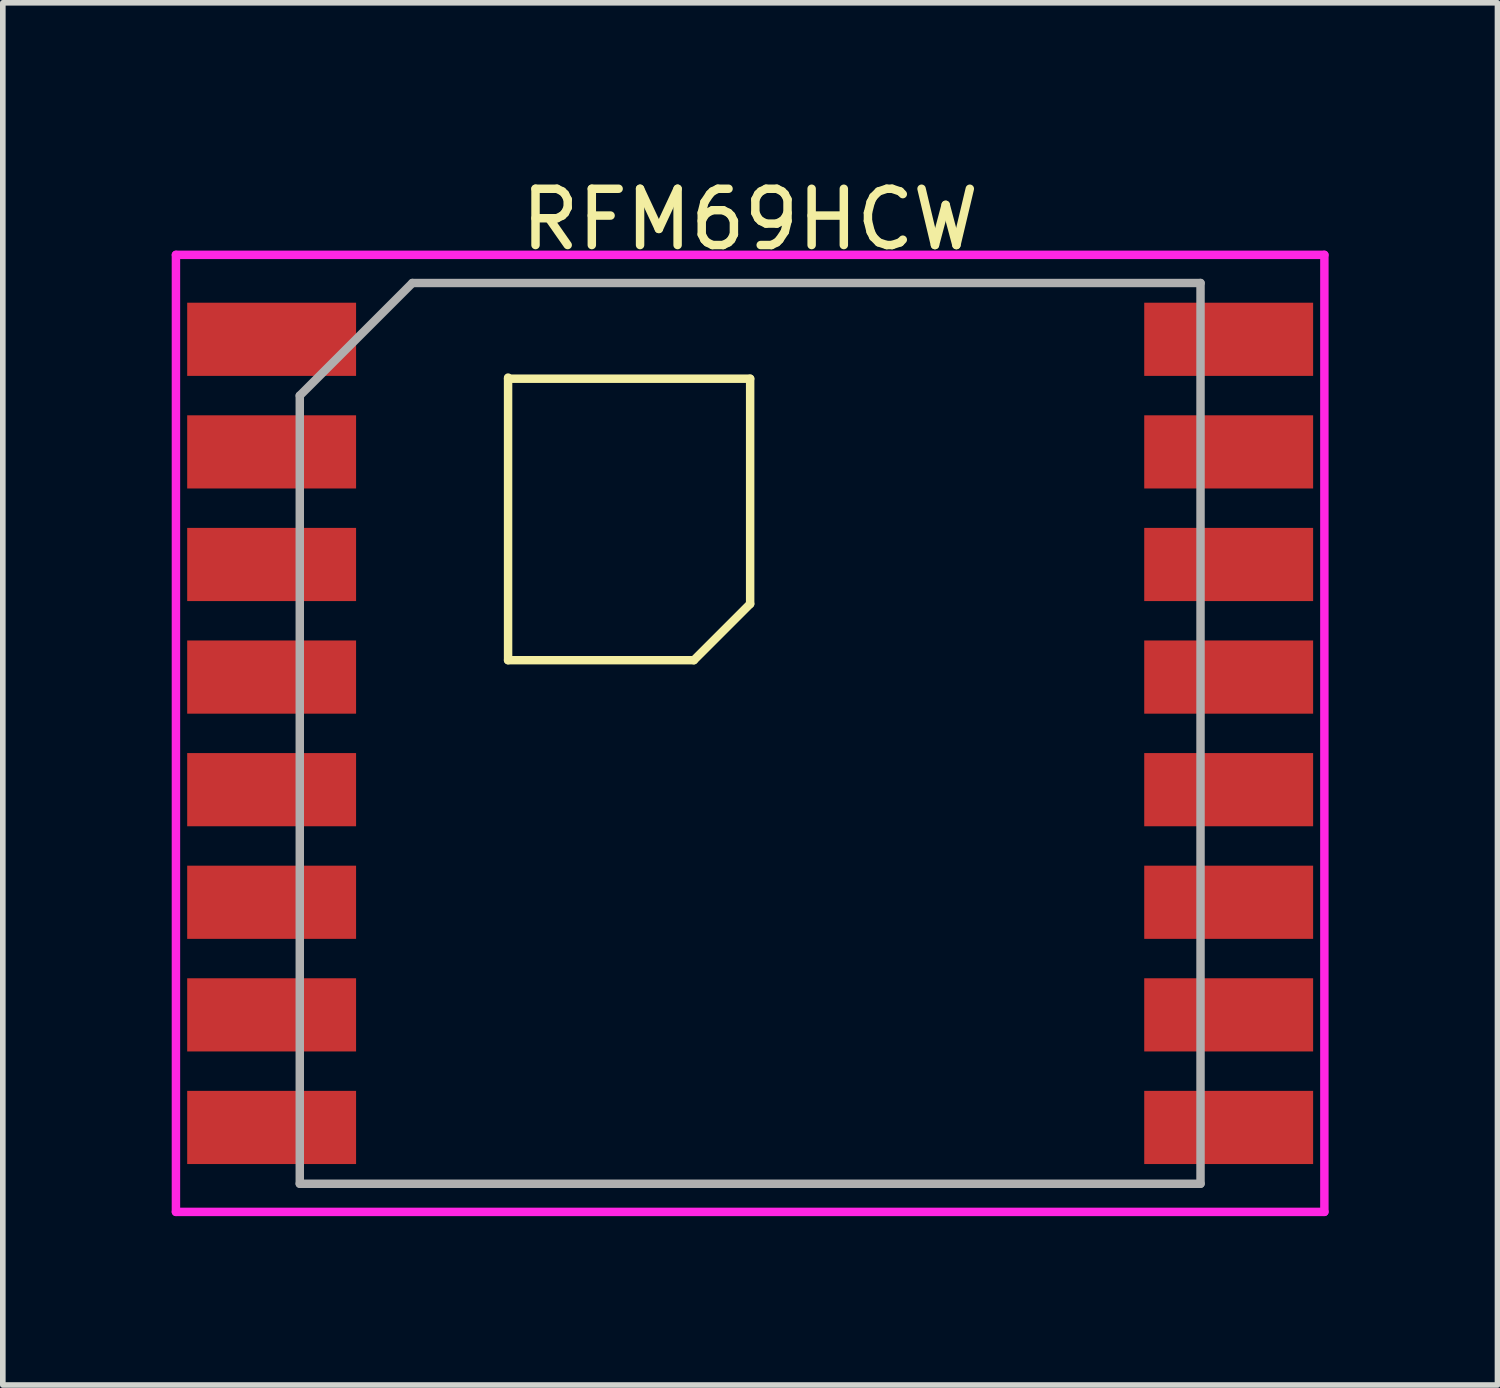
<source format=kicad_pcb>
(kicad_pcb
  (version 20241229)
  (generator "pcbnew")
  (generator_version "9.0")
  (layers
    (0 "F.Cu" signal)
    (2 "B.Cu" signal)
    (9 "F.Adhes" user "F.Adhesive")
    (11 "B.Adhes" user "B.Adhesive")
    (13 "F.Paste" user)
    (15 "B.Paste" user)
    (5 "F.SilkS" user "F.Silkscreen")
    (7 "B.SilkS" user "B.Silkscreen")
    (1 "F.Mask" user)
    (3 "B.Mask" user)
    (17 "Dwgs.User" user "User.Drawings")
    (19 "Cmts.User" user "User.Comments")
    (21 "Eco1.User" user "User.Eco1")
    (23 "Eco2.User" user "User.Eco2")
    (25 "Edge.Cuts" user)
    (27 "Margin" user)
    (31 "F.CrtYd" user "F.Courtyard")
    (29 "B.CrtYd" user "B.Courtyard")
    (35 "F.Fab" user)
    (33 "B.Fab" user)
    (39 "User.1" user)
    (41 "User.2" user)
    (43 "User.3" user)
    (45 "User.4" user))
  (footprint "RFM69HCW"
    (layer "F.Cu")
    (at 10.275 9.977)
    (property "Reference" "RFM69HCW" (at -0.003 -9.129 0) (layer "F.SilkS") (effects (font (size 1 1) (thickness 0.15))))
    (attr through_hole)
    (fp_line (start -4.3 -6.3) (end 0 -6.3) (stroke (width 0.15) (type solid)) (layer "F.SilkS"))
    (fp_line (start -4.3 -1.3) (end -4.3 -6.32) (stroke (width 0.15) (type solid)) (layer "F.SilkS"))
    (fp_line (start -1 -1.3) (end -4.3 -1.3) (stroke (width 0.15) (type solid)) (layer "F.SilkS"))
    (fp_line (start -1 -1.3) (end 0 -2.3) (stroke (width 0.15) (type solid)) (layer "F.SilkS"))
    (fp_line (start 0 -6.3) (end 0 -2.3) (stroke (width 0.15) (type solid)) (layer "F.SilkS"))
    (fp_line (start -10.2 8.5) (end -10.2 -8.5) (stroke (width 0.15) (type solid)) (layer "F.CrtYd"))
    (fp_line (start 10.2 -8.5) (end -10.2 -8.5) (stroke (width 0.15) (type solid)) (layer "F.CrtYd"))
    (fp_line (start 10.2 8.5) (end -10.2 8.5) (stroke (width 0.15) (type solid)) (layer "F.CrtYd"))
    (fp_line (start 10.2 8.5) (end 10.2 -8.5) (stroke (width 0.15) (type solid)) (layer "F.CrtYd"))
    (fp_line (start -8 -6) (end -6 -8) (stroke (width 0.15) (type solid)) (layer "F.Fab"))
    (fp_line (start -8 8) (end -8 -6) (stroke (width 0.15) (type solid)) (layer "F.Fab"))
    (fp_line (start -8 8) (end 8 8) (stroke (width 0.15) (type solid)) (layer "F.Fab"))
    (fp_line (start -6 -8) (end 8 -8) (stroke (width 0.15) (type solid)) (layer "F.Fab"))
    (fp_line (start 8 8) (end 8 -8) (stroke (width 0.15) (type solid)) (layer "F.Fab"))
    (pad "1" smd rect (at -8.5 -7) (size 3 1.3) (layers "F.Cu" "F.Mask" "F.Paste"))
    (pad "2" smd rect (at -8.5 -5) (size 3 1.3) (layers "F.Cu" "F.Mask" "F.Paste"))
    (pad "3" smd rect (at -8.5 -3) (size 3 1.3) (layers "F.Cu" "F.Mask" "F.Paste"))
    (pad "4" smd rect (at -8.5 -1) (size 3 1.3) (layers "F.Cu" "F.Mask" "F.Paste"))
    (pad "5" smd rect (at -8.5 1) (size 3 1.3) (layers "F.Cu" "F.Mask" "F.Paste"))
    (pad "6" smd rect (at -8.5 3) (size 3 1.3) (layers "F.Cu" "F.Mask" "F.Paste"))
    (pad "7" smd rect (at -8.5 5) (size 3 1.3) (layers "F.Cu" "F.Mask" "F.Paste"))
    (pad "8" smd rect (at -8.5 7) (size 3 1.3) (layers "F.Cu" "F.Mask" "F.Paste"))
    (pad "9" smd rect (at 8.5 7) (size 3 1.3) (layers "F.Cu" "F.Mask" "F.Paste"))
    (pad "10" smd rect (at 8.5 5) (size 3 1.3) (layers "F.Cu" "F.Mask" "F.Paste"))
    (pad "11" smd rect (at 8.5 3) (size 3 1.3) (layers "F.Cu" "F.Mask" "F.Paste"))
    (pad "12" smd rect (at 8.5 1) (size 3 1.3) (layers "F.Cu" "F.Mask" "F.Paste"))
    (pad "13" smd rect (at 8.5 -1) (size 3 1.3) (layers "F.Cu" "F.Mask" "F.Paste"))
    (pad "14" smd rect (at 8.5 -3) (size 3 1.3) (layers "F.Cu" "F.Mask" "F.Paste"))
    (pad "15" smd rect (at 8.5 -5) (size 3 1.3) (layers "F.Cu" "F.Mask" "F.Paste"))
    (pad "16" smd rect (at 8.5 -7) (size 3 1.3) (layers "F.Cu" "F.Mask" "F.Paste")))
  (gr_rect
    (start -3 -3)
    (end 23.55 21.552)
    (stroke (width 0.1) (type default))
    (fill no)
    (layer "Edge.Cuts")))
</source>
